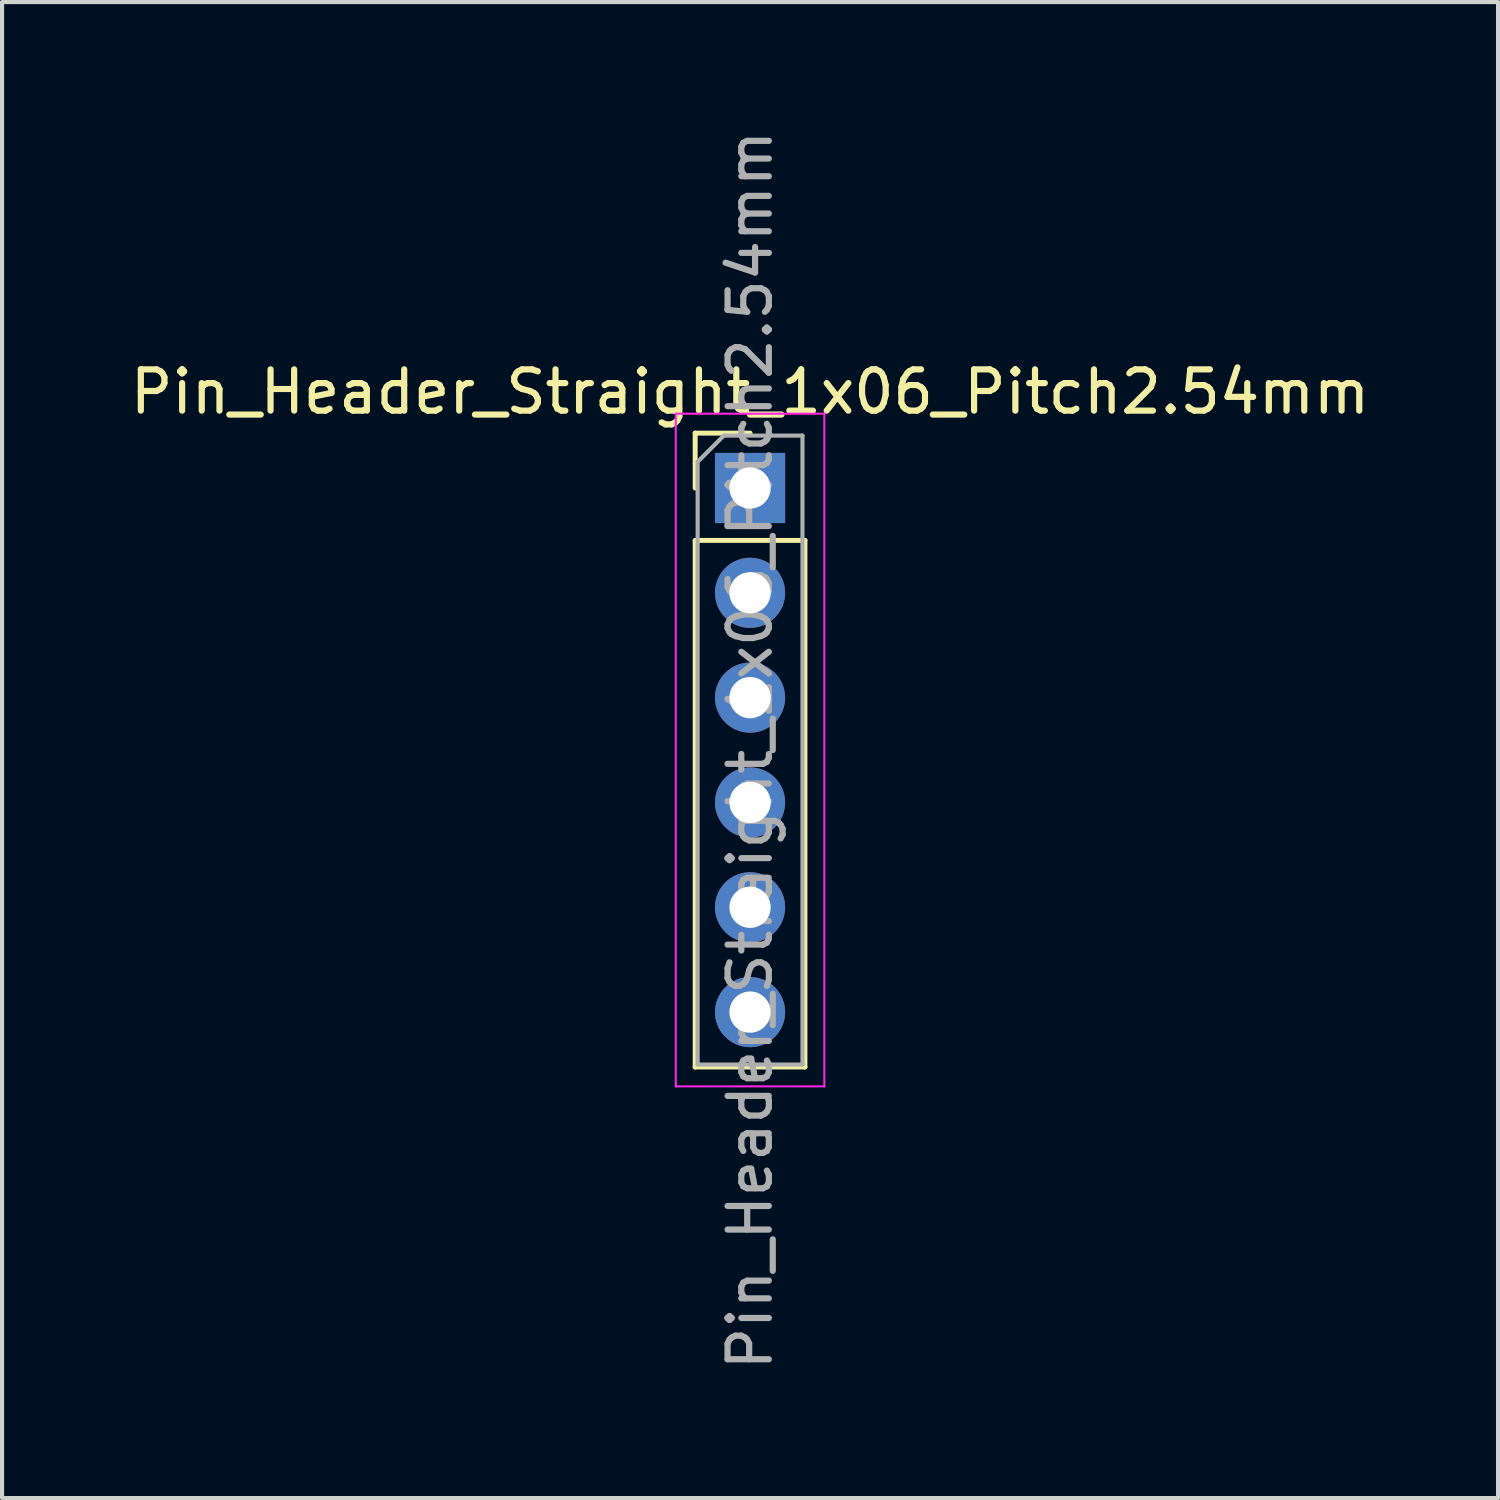
<source format=kicad_pcb>
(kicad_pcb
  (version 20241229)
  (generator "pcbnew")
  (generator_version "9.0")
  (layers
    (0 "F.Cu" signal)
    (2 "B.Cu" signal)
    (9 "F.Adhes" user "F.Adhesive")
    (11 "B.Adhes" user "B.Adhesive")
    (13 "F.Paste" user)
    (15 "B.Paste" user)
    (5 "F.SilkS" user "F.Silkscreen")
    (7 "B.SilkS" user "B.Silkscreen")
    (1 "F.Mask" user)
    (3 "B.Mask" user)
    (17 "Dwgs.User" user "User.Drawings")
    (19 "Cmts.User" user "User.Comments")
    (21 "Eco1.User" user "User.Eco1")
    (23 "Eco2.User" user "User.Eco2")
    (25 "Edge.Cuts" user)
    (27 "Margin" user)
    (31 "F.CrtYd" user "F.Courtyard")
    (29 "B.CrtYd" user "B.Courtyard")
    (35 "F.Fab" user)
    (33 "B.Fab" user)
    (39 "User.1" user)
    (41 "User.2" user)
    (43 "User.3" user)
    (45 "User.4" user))
  (footprint "Pin_Header_Straight_1x06_Pitch2.54mm"
    (layer "F.Cu")
    (at 15.125 15.125)
    (property "Reference" "Pin_Header_Straight_1x06_Pitch2.54mm" (at 0 -8.68 0) (layer "F.SilkS") (effects (font (size 1 1) (thickness 0.15))))
    (attr through_hole)
    (fp_line (start -1.33 -7.68) (end 0 -7.68) (stroke (width 0.12) (type solid)) (layer "F.SilkS"))
    (fp_line (start -1.33 -6.35) (end -1.33 -7.68) (stroke (width 0.12) (type solid)) (layer "F.SilkS"))
    (fp_line (start -1.33 -5.08) (end -1.33 7.68) (stroke (width 0.12) (type solid)) (layer "F.SilkS"))
    (fp_line (start -1.33 -5.08) (end 1.33 -5.08) (stroke (width 0.12) (type solid)) (layer "F.SilkS"))
    (fp_line (start -1.33 7.68) (end 1.33 7.68) (stroke (width 0.12) (type solid)) (layer "F.SilkS"))
    (fp_line (start 1.33 -5.08) (end 1.33 7.68) (stroke (width 0.12) (type solid)) (layer "F.SilkS"))
    (fp_line (start -1.8 -8.15) (end -1.8 8.15) (stroke (width 0.05) (type solid)) (layer "F.CrtYd"))
    (fp_line (start -1.8 8.15) (end 1.8 8.15) (stroke (width 0.05) (type solid)) (layer "F.CrtYd"))
    (fp_line (start 1.8 -8.15) (end -1.8 -8.15) (stroke (width 0.05) (type solid)) (layer "F.CrtYd"))
    (fp_line (start 1.8 8.15) (end 1.8 -8.15) (stroke (width 0.05) (type solid)) (layer "F.CrtYd"))
    (fp_line (start -1.27 -6.985) (end -0.635 -7.62) (stroke (width 0.1) (type solid)) (layer "F.Fab"))
    (fp_line (start -1.27 7.62) (end -1.27 -6.985) (stroke (width 0.1) (type solid)) (layer "F.Fab"))
    (fp_line (start -0.635 -7.62) (end 1.27 -7.62) (stroke (width 0.1) (type solid)) (layer "F.Fab"))
    (fp_line (start 1.27 -7.62) (end 1.27 7.62) (stroke (width 0.1) (type solid)) (layer "F.Fab"))
    (fp_line (start 1.27 7.62) (end -1.27 7.62) (stroke (width 0.1) (type solid)) (layer "F.Fab"))
    (fp_text user "${REFERENCE}" (at 0 0 90) (layer "F.Fab") (effects (font (size 1 1) (thickness 0.15))))
    (pad "1" thru_hole rect (at 0 -6.35) (size 1.7 1.7) (drill 1) (layers "*.Cu" "*.Mask"))
    (pad "2" thru_hole oval (at 0 -3.81) (size 1.7 1.7) (drill 1) (layers "*.Cu" "*.Mask"))
    (pad "3" thru_hole oval (at 0 -1.27) (size 1.7 1.7) (drill 1) (layers "*.Cu" "*.Mask"))
    (pad "4" thru_hole oval (at 0 1.27) (size 1.7 1.7) (drill 1) (layers "*.Cu" "*.Mask"))
    (pad "5" thru_hole oval (at 0 3.81) (size 1.7 1.7) (drill 1) (layers "*.Cu" "*.Mask"))
    (pad "6" thru_hole oval (at 0 6.35) (size 1.7 1.7) (drill 1) (layers "*.Cu" "*.Mask")))
  (gr_rect
    (start -3 -3)
    (end 33.25 33.25)
    (stroke (width 0.1) (type default))
    (fill no)
    (layer "Edge.Cuts")))
</source>
